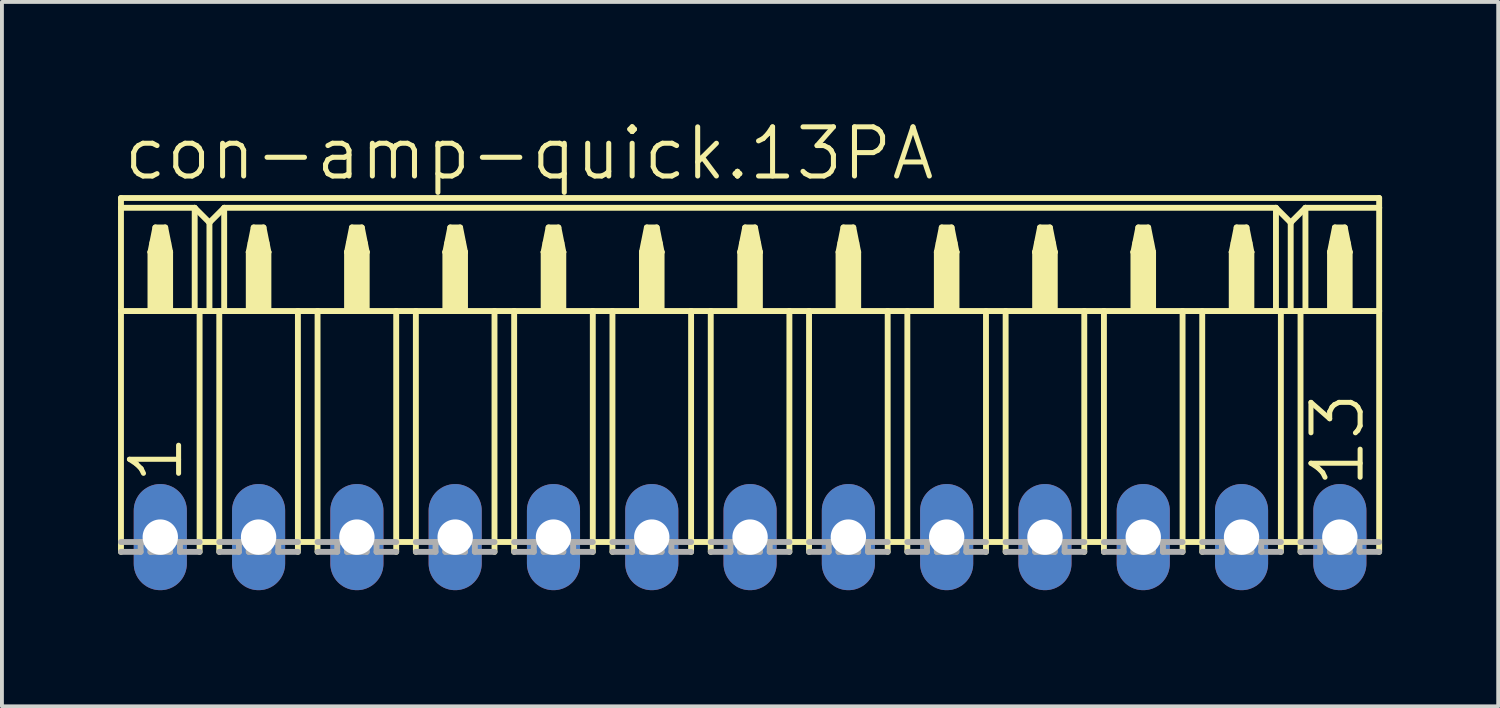
<source format=kicad_pcb>
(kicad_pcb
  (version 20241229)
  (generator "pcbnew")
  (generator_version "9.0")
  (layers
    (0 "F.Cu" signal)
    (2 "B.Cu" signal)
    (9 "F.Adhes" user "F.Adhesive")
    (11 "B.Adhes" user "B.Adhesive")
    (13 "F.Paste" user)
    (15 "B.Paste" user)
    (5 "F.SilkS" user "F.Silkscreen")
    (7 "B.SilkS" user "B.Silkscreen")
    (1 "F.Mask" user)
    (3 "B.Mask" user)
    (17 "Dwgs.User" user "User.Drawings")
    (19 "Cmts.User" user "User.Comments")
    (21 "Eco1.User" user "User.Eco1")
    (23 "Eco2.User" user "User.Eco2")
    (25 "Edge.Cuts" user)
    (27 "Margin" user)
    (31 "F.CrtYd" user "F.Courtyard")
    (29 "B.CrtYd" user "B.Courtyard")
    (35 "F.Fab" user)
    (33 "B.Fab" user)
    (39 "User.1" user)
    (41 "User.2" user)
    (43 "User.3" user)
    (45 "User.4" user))
  (footprint "con-amp-quick.13PA"
    (layer "F.Cu")
    (at 16.332 10.829)
    (property "Reference" "con-amp-quick.13PA" (at -16.256 -9.169 0) (layer "F.SilkS") (effects (font (size 1.27 1.27) (thickness 0.13)) (justify left bottom)))
    (attr through_hole)
    (fp_line (start -16.256 -8.763) (end -16.256 -8.509) (stroke (width 0.152) (type default)) (layer "F.SilkS"))
    (fp_line (start -16.256 -8.763) (end 16.256 -8.763) (stroke (width 0.152) (type default)) (layer "F.SilkS"))
    (fp_line (start -16.256 -8.509) (end -16.256 -5.842) (stroke (width 0.152) (type default)) (layer "F.SilkS"))
    (fp_line (start -16.256 -8.509) (end -14.351 -8.509) (stroke (width 0.152) (type default)) (layer "F.SilkS"))
    (fp_line (start -16.256 -5.842) (end -16.256 0.381) (stroke (width 0.152) (type default)) (layer "F.SilkS"))
    (fp_line (start -16.256 -5.842) (end -15.494 -5.842) (stroke (width 0.152) (type default)) (layer "F.SilkS"))
    (fp_line (start -15.494 -7.366) (end -15.494 -5.842) (stroke (width 0.152) (type default)) (layer "F.SilkS"))
    (fp_line (start -15.494 -7.366) (end -15.367 -8.001) (stroke (width 0.152) (type default)) (layer "F.SilkS"))
    (fp_line (start -15.494 -5.842) (end -14.986 -5.842) (stroke (width 0.152) (type default)) (layer "F.SilkS"))
    (fp_line (start -15.367 -8.001) (end -15.113 -8.001) (stroke (width 0.152) (type default)) (layer "F.SilkS"))
    (fp_line (start -15.113 -8.001) (end -14.986 -7.366) (stroke (width 0.152) (type default)) (layer "F.SilkS"))
    (fp_line (start -14.986 -7.366) (end -15.494 -7.366) (stroke (width 0.152) (type default)) (layer "F.SilkS"))
    (fp_line (start -14.986 -7.366) (end -14.986 -5.842) (stroke (width 0.152) (type default)) (layer "F.SilkS"))
    (fp_line (start -14.986 -5.842) (end -14.351 -5.842) (stroke (width 0.152) (type default)) (layer "F.SilkS"))
    (fp_line (start -14.351 -8.509) (end -14.351 -5.842) (stroke (width 0.152) (type default)) (layer "F.SilkS"))
    (fp_line (start -14.351 -8.509) (end -13.97 -8.128) (stroke (width 0.152) (type default)) (layer "F.SilkS"))
    (fp_line (start -14.351 -5.842) (end -14.224 -5.842) (stroke (width 0.152) (type default)) (layer "F.SilkS"))
    (fp_line (start -14.224 -5.842) (end -14.224 0.127) (stroke (width 0.152) (type default)) (layer "F.SilkS"))
    (fp_line (start -14.224 -5.842) (end -13.97 -5.842) (stroke (width 0.152) (type default)) (layer "F.SilkS"))
    (fp_line (start -14.224 0.127) (end -14.224 0.381) (stroke (width 0.152) (type default)) (layer "F.SilkS"))
    (fp_line (start -13.97 -8.128) (end -13.97 -5.842) (stroke (width 0.152) (type default)) (layer "F.SilkS"))
    (fp_line (start -13.97 -8.128) (end -13.589 -8.509) (stroke (width 0.152) (type default)) (layer "F.SilkS"))
    (fp_line (start -13.97 -5.842) (end -13.716 -5.842) (stroke (width 0.152) (type default)) (layer "F.SilkS"))
    (fp_line (start -13.716 -5.842) (end -13.716 0.127) (stroke (width 0.152) (type default)) (layer "F.SilkS"))
    (fp_line (start -13.716 -5.842) (end -13.589 -5.842) (stroke (width 0.152) (type default)) (layer "F.SilkS"))
    (fp_line (start -13.716 0.127) (end -14.224 0.127) (stroke (width 0.152) (type default)) (layer "F.SilkS"))
    (fp_line (start -13.716 0.127) (end -13.716 0.381) (stroke (width 0.152) (type default)) (layer "F.SilkS"))
    (fp_line (start -13.589 -8.509) (end -13.589 -5.842) (stroke (width 0.152) (type default)) (layer "F.SilkS"))
    (fp_line (start -13.589 -8.509) (end 13.589 -8.509) (stroke (width 0.152) (type default)) (layer "F.SilkS"))
    (fp_line (start -13.589 -5.842) (end -12.954 -5.842) (stroke (width 0.152) (type default)) (layer "F.SilkS"))
    (fp_line (start -12.954 -7.366) (end -12.954 -5.842) (stroke (width 0.152) (type default)) (layer "F.SilkS"))
    (fp_line (start -12.954 -7.366) (end -12.827 -8.001) (stroke (width 0.152) (type default)) (layer "F.SilkS"))
    (fp_line (start -12.954 -5.842) (end -12.446 -5.842) (stroke (width 0.152) (type default)) (layer "F.SilkS"))
    (fp_line (start -12.827 -8.001) (end -12.573 -8.001) (stroke (width 0.152) (type default)) (layer "F.SilkS"))
    (fp_line (start -12.573 -8.001) (end -12.446 -7.366) (stroke (width 0.152) (type default)) (layer "F.SilkS"))
    (fp_line (start -12.446 -7.366) (end -12.954 -7.366) (stroke (width 0.152) (type default)) (layer "F.SilkS"))
    (fp_line (start -12.446 -7.366) (end -12.446 -5.842) (stroke (width 0.152) (type default)) (layer "F.SilkS"))
    (fp_line (start -12.446 -5.842) (end -11.684 -5.842) (stroke (width 0.152) (type default)) (layer "F.SilkS"))
    (fp_line (start -11.684 -5.842) (end -11.684 0.127) (stroke (width 0.152) (type default)) (layer "F.SilkS"))
    (fp_line (start -11.684 -5.842) (end -11.176 -5.842) (stroke (width 0.152) (type default)) (layer "F.SilkS"))
    (fp_line (start -11.684 0.127) (end -11.684 0.381) (stroke (width 0.152) (type default)) (layer "F.SilkS"))
    (fp_line (start -11.176 -5.842) (end -11.176 0.127) (stroke (width 0.152) (type default)) (layer "F.SilkS"))
    (fp_line (start -11.176 -5.842) (end -10.414 -5.842) (stroke (width 0.152) (type default)) (layer "F.SilkS"))
    (fp_line (start -11.176 0.127) (end -11.684 0.127) (stroke (width 0.152) (type default)) (layer "F.SilkS"))
    (fp_line (start -11.176 0.127) (end -11.176 0.381) (stroke (width 0.152) (type default)) (layer "F.SilkS"))
    (fp_line (start -10.414 -7.366) (end -10.414 -5.842) (stroke (width 0.152) (type default)) (layer "F.SilkS"))
    (fp_line (start -10.414 -7.366) (end -10.287 -8.001) (stroke (width 0.152) (type default)) (layer "F.SilkS"))
    (fp_line (start -10.414 -5.842) (end -9.906 -5.842) (stroke (width 0.152) (type default)) (layer "F.SilkS"))
    (fp_line (start -10.287 -8.001) (end -10.033 -8.001) (stroke (width 0.152) (type default)) (layer "F.SilkS"))
    (fp_line (start -10.033 -8.001) (end -9.906 -7.366) (stroke (width 0.152) (type default)) (layer "F.SilkS"))
    (fp_line (start -9.906 -7.366) (end -10.414 -7.366) (stroke (width 0.152) (type default)) (layer "F.SilkS"))
    (fp_line (start -9.906 -7.366) (end -9.906 -5.842) (stroke (width 0.152) (type default)) (layer "F.SilkS"))
    (fp_line (start -9.906 -5.842) (end -9.144 -5.842) (stroke (width 0.152) (type default)) (layer "F.SilkS"))
    (fp_line (start -9.144 -5.842) (end -9.144 0.127) (stroke (width 0.152) (type default)) (layer "F.SilkS"))
    (fp_line (start -9.144 -5.842) (end -8.636 -5.842) (stroke (width 0.152) (type default)) (layer "F.SilkS"))
    (fp_line (start -9.144 0.127) (end -9.144 0.381) (stroke (width 0.152) (type default)) (layer "F.SilkS"))
    (fp_line (start -8.636 -5.842) (end -8.636 0.127) (stroke (width 0.152) (type default)) (layer "F.SilkS"))
    (fp_line (start -8.636 -5.842) (end -7.874 -5.842) (stroke (width 0.152) (type default)) (layer "F.SilkS"))
    (fp_line (start -8.636 0.127) (end -9.144 0.127) (stroke (width 0.152) (type default)) (layer "F.SilkS"))
    (fp_line (start -8.636 0.127) (end -8.636 0.381) (stroke (width 0.152) (type default)) (layer "F.SilkS"))
    (fp_line (start -7.874 -7.366) (end -7.874 -5.842) (stroke (width 0.152) (type default)) (layer "F.SilkS"))
    (fp_line (start -7.874 -7.366) (end -7.747 -8.001) (stroke (width 0.152) (type default)) (layer "F.SilkS"))
    (fp_line (start -7.874 -5.842) (end -7.366 -5.842) (stroke (width 0.152) (type default)) (layer "F.SilkS"))
    (fp_line (start -7.747 -8.001) (end -7.493 -8.001) (stroke (width 0.152) (type default)) (layer "F.SilkS"))
    (fp_line (start -7.493 -8.001) (end -7.366 -7.366) (stroke (width 0.152) (type default)) (layer "F.SilkS"))
    (fp_line (start -7.366 -7.366) (end -7.874 -7.366) (stroke (width 0.152) (type default)) (layer "F.SilkS"))
    (fp_line (start -7.366 -7.366) (end -7.366 -5.842) (stroke (width 0.152) (type default)) (layer "F.SilkS"))
    (fp_line (start -7.366 -5.842) (end -6.604 -5.842) (stroke (width 0.152) (type default)) (layer "F.SilkS"))
    (fp_line (start -6.604 -5.842) (end -6.604 0.127) (stroke (width 0.152) (type default)) (layer "F.SilkS"))
    (fp_line (start -6.604 -5.842) (end -6.096 -5.842) (stroke (width 0.152) (type default)) (layer "F.SilkS"))
    (fp_line (start -6.604 0.127) (end -6.604 0.381) (stroke (width 0.152) (type default)) (layer "F.SilkS"))
    (fp_line (start -6.096 -5.842) (end -6.096 0.127) (stroke (width 0.152) (type default)) (layer "F.SilkS"))
    (fp_line (start -6.096 -5.842) (end -5.334 -5.842) (stroke (width 0.152) (type default)) (layer "F.SilkS"))
    (fp_line (start -6.096 0.127) (end -6.604 0.127) (stroke (width 0.152) (type default)) (layer "F.SilkS"))
    (fp_line (start -6.096 0.127) (end -6.096 0.381) (stroke (width 0.152) (type default)) (layer "F.SilkS"))
    (fp_line (start -5.334 -7.366) (end -5.334 -5.842) (stroke (width 0.152) (type default)) (layer "F.SilkS"))
    (fp_line (start -5.334 -7.366) (end -5.207 -8.001) (stroke (width 0.152) (type default)) (layer "F.SilkS"))
    (fp_line (start -5.334 -5.842) (end -4.826 -5.842) (stroke (width 0.152) (type default)) (layer "F.SilkS"))
    (fp_line (start -5.207 -8.001) (end -4.953 -8.001) (stroke (width 0.152) (type default)) (layer "F.SilkS"))
    (fp_line (start -4.953 -8.001) (end -4.826 -7.366) (stroke (width 0.152) (type default)) (layer "F.SilkS"))
    (fp_line (start -4.826 -7.366) (end -5.334 -7.366) (stroke (width 0.152) (type default)) (layer "F.SilkS"))
    (fp_line (start -4.826 -7.366) (end -4.826 -5.842) (stroke (width 0.152) (type default)) (layer "F.SilkS"))
    (fp_line (start -4.826 -5.842) (end -4.064 -5.842) (stroke (width 0.152) (type default)) (layer "F.SilkS"))
    (fp_line (start -4.064 -5.842) (end -4.064 0.127) (stroke (width 0.152) (type default)) (layer "F.SilkS"))
    (fp_line (start -4.064 -5.842) (end -3.556 -5.842) (stroke (width 0.152) (type default)) (layer "F.SilkS"))
    (fp_line (start -4.064 0.127) (end -4.064 0.381) (stroke (width 0.152) (type default)) (layer "F.SilkS"))
    (fp_line (start -3.556 -5.842) (end -3.556 0.127) (stroke (width 0.152) (type default)) (layer "F.SilkS"))
    (fp_line (start -3.556 -5.842) (end -2.794 -5.842) (stroke (width 0.152) (type default)) (layer "F.SilkS"))
    (fp_line (start -3.556 0.127) (end -4.064 0.127) (stroke (width 0.152) (type default)) (layer "F.SilkS"))
    (fp_line (start -3.556 0.127) (end -3.556 0.381) (stroke (width 0.152) (type default)) (layer "F.SilkS"))
    (fp_line (start -2.794 -7.366) (end -2.794 -5.842) (stroke (width 0.152) (type default)) (layer "F.SilkS"))
    (fp_line (start -2.794 -7.366) (end -2.667 -8.001) (stroke (width 0.152) (type default)) (layer "F.SilkS"))
    (fp_line (start -2.794 -5.842) (end -2.286 -5.842) (stroke (width 0.152) (type default)) (layer "F.SilkS"))
    (fp_line (start -2.667 -8.001) (end -2.413 -8.001) (stroke (width 0.152) (type default)) (layer "F.SilkS"))
    (fp_line (start -2.413 -8.001) (end -2.286 -7.366) (stroke (width 0.152) (type default)) (layer "F.SilkS"))
    (fp_line (start -2.286 -7.366) (end -2.794 -7.366) (stroke (width 0.152) (type default)) (layer "F.SilkS"))
    (fp_line (start -2.286 -7.366) (end -2.286 -5.842) (stroke (width 0.152) (type default)) (layer "F.SilkS"))
    (fp_line (start -2.286 -5.842) (end -1.524 -5.842) (stroke (width 0.152) (type default)) (layer "F.SilkS"))
    (fp_line (start -1.524 -5.842) (end -1.524 0.127) (stroke (width 0.152) (type default)) (layer "F.SilkS"))
    (fp_line (start -1.524 -5.842) (end -1.016 -5.842) (stroke (width 0.152) (type default)) (layer "F.SilkS"))
    (fp_line (start -1.524 0.127) (end -1.524 0.381) (stroke (width 0.152) (type default)) (layer "F.SilkS"))
    (fp_line (start -1.016 -5.842) (end -1.016 0.127) (stroke (width 0.152) (type default)) (layer "F.SilkS"))
    (fp_line (start -1.016 -5.842) (end -0.254 -5.842) (stroke (width 0.152) (type default)) (layer "F.SilkS"))
    (fp_line (start -1.016 0.127) (end -1.524 0.127) (stroke (width 0.152) (type default)) (layer "F.SilkS"))
    (fp_line (start -1.016 0.127) (end -1.016 0.381) (stroke (width 0.152) (type default)) (layer "F.SilkS"))
    (fp_line (start -0.254 -7.366) (end -0.254 -5.842) (stroke (width 0.152) (type default)) (layer "F.SilkS"))
    (fp_line (start -0.254 -7.366) (end -0.127 -8.001) (stroke (width 0.152) (type default)) (layer "F.SilkS"))
    (fp_line (start -0.254 -5.842) (end 0.254 -5.842) (stroke (width 0.152) (type default)) (layer "F.SilkS"))
    (fp_line (start -0.127 -8.001) (end 0.127 -8.001) (stroke (width 0.152) (type default)) (layer "F.SilkS"))
    (fp_line (start 0.127 -8.001) (end 0.254 -7.366) (stroke (width 0.152) (type default)) (layer "F.SilkS"))
    (fp_line (start 0.254 -7.366) (end -0.254 -7.366) (stroke (width 0.152) (type default)) (layer "F.SilkS"))
    (fp_line (start 0.254 -7.366) (end 0.254 -5.842) (stroke (width 0.152) (type default)) (layer "F.SilkS"))
    (fp_line (start 0.254 -5.842) (end 1.016 -5.842) (stroke (width 0.152) (type default)) (layer "F.SilkS"))
    (fp_line (start 1.016 -5.842) (end 1.016 0.127) (stroke (width 0.152) (type default)) (layer "F.SilkS"))
    (fp_line (start 1.016 -5.842) (end 1.524 -5.842) (stroke (width 0.152) (type default)) (layer "F.SilkS"))
    (fp_line (start 1.016 0.127) (end 1.016 0.381) (stroke (width 0.152) (type default)) (layer "F.SilkS"))
    (fp_line (start 1.524 -5.842) (end 1.524 0.127) (stroke (width 0.152) (type default)) (layer "F.SilkS"))
    (fp_line (start 1.524 -5.842) (end 2.286 -5.842) (stroke (width 0.152) (type default)) (layer "F.SilkS"))
    (fp_line (start 1.524 0.127) (end 1.016 0.127) (stroke (width 0.152) (type default)) (layer "F.SilkS"))
    (fp_line (start 1.524 0.127) (end 1.524 0.381) (stroke (width 0.152) (type default)) (layer "F.SilkS"))
    (fp_line (start 2.286 -7.366) (end 2.286 -5.842) (stroke (width 0.152) (type default)) (layer "F.SilkS"))
    (fp_line (start 2.286 -7.366) (end 2.413 -8.001) (stroke (width 0.152) (type default)) (layer "F.SilkS"))
    (fp_line (start 2.286 -5.842) (end 2.794 -5.842) (stroke (width 0.152) (type default)) (layer "F.SilkS"))
    (fp_line (start 2.413 -8.001) (end 2.667 -8.001) (stroke (width 0.152) (type default)) (layer "F.SilkS"))
    (fp_line (start 2.667 -8.001) (end 2.794 -7.366) (stroke (width 0.152) (type default)) (layer "F.SilkS"))
    (fp_line (start 2.794 -7.366) (end 2.794 -5.842) (stroke (width 0.152) (type default)) (layer "F.SilkS"))
    (fp_line (start 2.794 -5.842) (end 3.556 -5.842) (stroke (width 0.152) (type default)) (layer "F.SilkS"))
    (fp_line (start 3.556 -5.842) (end 3.556 0.127) (stroke (width 0.152) (type default)) (layer "F.SilkS"))
    (fp_line (start 3.556 -5.842) (end 6.604 -5.842) (stroke (width 0.152) (type default)) (layer "F.SilkS"))
    (fp_line (start 3.556 0.127) (end 3.556 0.381) (stroke (width 0.152) (type default)) (layer "F.SilkS"))
    (fp_line (start 4.064 -5.842) (end 4.064 0.127) (stroke (width 0.152) (type default)) (layer "F.SilkS"))
    (fp_line (start 4.064 0.127) (end 3.556 0.127) (stroke (width 0.152) (type default)) (layer "F.SilkS"))
    (fp_line (start 4.064 0.127) (end 4.064 0.381) (stroke (width 0.152) (type default)) (layer "F.SilkS"))
    (fp_line (start 4.826 -7.366) (end 4.826 -5.842) (stroke (width 0.152) (type default)) (layer "F.SilkS"))
    (fp_line (start 4.826 -7.366) (end 4.953 -8.001) (stroke (width 0.152) (type default)) (layer "F.SilkS"))
    (fp_line (start 4.953 -8.001) (end 5.207 -8.001) (stroke (width 0.152) (type default)) (layer "F.SilkS"))
    (fp_line (start 5.207 -8.001) (end 5.334 -7.366) (stroke (width 0.152) (type default)) (layer "F.SilkS"))
    (fp_line (start 5.334 -7.366) (end 4.826 -7.366) (stroke (width 0.152) (type default)) (layer "F.SilkS"))
    (fp_line (start 5.334 -7.366) (end 5.334 -5.842) (stroke (width 0.152) (type default)) (layer "F.SilkS"))
    (fp_line (start 6.096 -5.842) (end 6.096 0.127) (stroke (width 0.152) (type default)) (layer "F.SilkS"))
    (fp_line (start 6.096 0.127) (end 6.096 0.381) (stroke (width 0.152) (type default)) (layer "F.SilkS"))
    (fp_line (start 6.604 -5.842) (end 6.604 0.127) (stroke (width 0.152) (type default)) (layer "F.SilkS"))
    (fp_line (start 6.604 -5.842) (end 7.366 -5.842) (stroke (width 0.152) (type default)) (layer "F.SilkS"))
    (fp_line (start 6.604 0.127) (end 6.096 0.127) (stroke (width 0.152) (type default)) (layer "F.SilkS"))
    (fp_line (start 6.604 0.127) (end 6.604 0.381) (stroke (width 0.152) (type default)) (layer "F.SilkS"))
    (fp_line (start 7.366 -7.366) (end 7.366 -5.842) (stroke (width 0.152) (type default)) (layer "F.SilkS"))
    (fp_line (start 7.366 -7.366) (end 7.493 -8.001) (stroke (width 0.152) (type default)) (layer "F.SilkS"))
    (fp_line (start 7.366 -5.842) (end 7.874 -5.842) (stroke (width 0.152) (type default)) (layer "F.SilkS"))
    (fp_line (start 7.493 -8.001) (end 7.747 -8.001) (stroke (width 0.152) (type default)) (layer "F.SilkS"))
    (fp_line (start 7.747 -8.001) (end 7.874 -7.366) (stroke (width 0.152) (type default)) (layer "F.SilkS"))
    (fp_line (start 7.874 -7.366) (end 7.366 -7.366) (stroke (width 0.152) (type default)) (layer "F.SilkS"))
    (fp_line (start 7.874 -7.366) (end 7.874 -5.842) (stroke (width 0.152) (type default)) (layer "F.SilkS"))
    (fp_line (start 7.874 -5.842) (end 8.636 -5.842) (stroke (width 0.152) (type default)) (layer "F.SilkS"))
    (fp_line (start 8.636 -5.842) (end 8.636 0.127) (stroke (width 0.152) (type default)) (layer "F.SilkS"))
    (fp_line (start 8.636 -5.842) (end 9.144 -5.842) (stroke (width 0.152) (type default)) (layer "F.SilkS"))
    (fp_line (start 8.636 0.127) (end 8.636 0.381) (stroke (width 0.152) (type default)) (layer "F.SilkS"))
    (fp_line (start 9.144 -5.842) (end 9.144 0.127) (stroke (width 0.152) (type default)) (layer "F.SilkS"))
    (fp_line (start 9.144 -5.842) (end 9.906 -5.842) (stroke (width 0.152) (type default)) (layer "F.SilkS"))
    (fp_line (start 9.144 0.127) (end 8.636 0.127) (stroke (width 0.152) (type default)) (layer "F.SilkS"))
    (fp_line (start 9.144 0.127) (end 9.144 0.381) (stroke (width 0.152) (type default)) (layer "F.SilkS"))
    (fp_line (start 9.906 -7.366) (end 9.906 -5.842) (stroke (width 0.152) (type default)) (layer "F.SilkS"))
    (fp_line (start 9.906 -7.366) (end 10.033 -8.001) (stroke (width 0.152) (type default)) (layer "F.SilkS"))
    (fp_line (start 9.906 -5.842) (end 10.414 -5.842) (stroke (width 0.152) (type default)) (layer "F.SilkS"))
    (fp_line (start 10.033 -8.001) (end 10.287 -8.001) (stroke (width 0.152) (type default)) (layer "F.SilkS"))
    (fp_line (start 10.287 -8.001) (end 10.414 -7.366) (stroke (width 0.152) (type default)) (layer "F.SilkS"))
    (fp_line (start 10.414 -7.366) (end 9.906 -7.366) (stroke (width 0.152) (type default)) (layer "F.SilkS"))
    (fp_line (start 10.414 -7.366) (end 10.414 -5.842) (stroke (width 0.152) (type default)) (layer "F.SilkS"))
    (fp_line (start 10.414 -5.842) (end 11.176 -5.842) (stroke (width 0.152) (type default)) (layer "F.SilkS"))
    (fp_line (start 11.176 -5.842) (end 11.176 0.127) (stroke (width 0.152) (type default)) (layer "F.SilkS"))
    (fp_line (start 11.176 -5.842) (end 13.589 -5.842) (stroke (width 0.152) (type default)) (layer "F.SilkS"))
    (fp_line (start 11.176 0.127) (end 11.176 0.381) (stroke (width 0.152) (type default)) (layer "F.SilkS"))
    (fp_line (start 11.684 -5.842) (end 11.684 0.127) (stroke (width 0.152) (type default)) (layer "F.SilkS"))
    (fp_line (start 11.684 0.127) (end 11.176 0.127) (stroke (width 0.152) (type default)) (layer "F.SilkS"))
    (fp_line (start 11.684 0.127) (end 11.684 0.381) (stroke (width 0.152) (type default)) (layer "F.SilkS"))
    (fp_line (start 12.446 -7.366) (end 12.446 -5.842) (stroke (width 0.152) (type default)) (layer "F.SilkS"))
    (fp_line (start 12.446 -7.366) (end 12.573 -8.001) (stroke (width 0.152) (type default)) (layer "F.SilkS"))
    (fp_line (start 12.573 -8.001) (end 12.827 -8.001) (stroke (width 0.152) (type default)) (layer "F.SilkS"))
    (fp_line (start 12.827 -8.001) (end 12.954 -7.366) (stroke (width 0.152) (type default)) (layer "F.SilkS"))
    (fp_line (start 12.954 -7.366) (end 12.446 -7.366) (stroke (width 0.152) (type default)) (layer "F.SilkS"))
    (fp_line (start 12.954 -7.366) (end 12.954 -5.842) (stroke (width 0.152) (type default)) (layer "F.SilkS"))
    (fp_line (start 13.589 -8.509) (end 13.589 -5.842) (stroke (width 0.152) (type default)) (layer "F.SilkS"))
    (fp_line (start 13.589 -8.509) (end 13.97 -8.128) (stroke (width 0.152) (type default)) (layer "F.SilkS"))
    (fp_line (start 13.589 -5.842) (end 13.716 -5.842) (stroke (width 0.152) (type default)) (layer "F.SilkS"))
    (fp_line (start 13.716 -5.842) (end 13.716 0.127) (stroke (width 0.152) (type default)) (layer "F.SilkS"))
    (fp_line (start 13.716 -5.842) (end 13.97 -5.842) (stroke (width 0.152) (type default)) (layer "F.SilkS"))
    (fp_line (start 13.716 0.127) (end 13.716 0.381) (stroke (width 0.152) (type default)) (layer "F.SilkS"))
    (fp_line (start 13.97 -8.128) (end 13.97 -5.842) (stroke (width 0.152) (type default)) (layer "F.SilkS"))
    (fp_line (start 13.97 -8.128) (end 14.351 -8.509) (stroke (width 0.152) (type default)) (layer "F.SilkS"))
    (fp_line (start 13.97 -5.842) (end 14.224 -5.842) (stroke (width 0.152) (type default)) (layer "F.SilkS"))
    (fp_line (start 14.224 -5.842) (end 14.224 0.127) (stroke (width 0.152) (type default)) (layer "F.SilkS"))
    (fp_line (start 14.224 -5.842) (end 14.351 -5.842) (stroke (width 0.152) (type default)) (layer "F.SilkS"))
    (fp_line (start 14.224 0.127) (end 13.716 0.127) (stroke (width 0.152) (type default)) (layer "F.SilkS"))
    (fp_line (start 14.224 0.127) (end 14.224 0.381) (stroke (width 0.152) (type default)) (layer "F.SilkS"))
    (fp_line (start 14.351 -8.509) (end 14.351 -5.842) (stroke (width 0.152) (type default)) (layer "F.SilkS"))
    (fp_line (start 14.351 -8.509) (end 16.256 -8.509) (stroke (width 0.152) (type default)) (layer "F.SilkS"))
    (fp_line (start 14.351 -5.842) (end 14.986 -5.842) (stroke (width 0.152) (type default)) (layer "F.SilkS"))
    (fp_line (start 14.986 -7.366) (end 14.986 -5.842) (stroke (width 0.152) (type default)) (layer "F.SilkS"))
    (fp_line (start 14.986 -7.366) (end 15.113 -8.001) (stroke (width 0.152) (type default)) (layer "F.SilkS"))
    (fp_line (start 14.986 -5.842) (end 15.494 -5.842) (stroke (width 0.152) (type default)) (layer "F.SilkS"))
    (fp_line (start 15.113 -8.001) (end 15.367 -8.001) (stroke (width 0.152) (type default)) (layer "F.SilkS"))
    (fp_line (start 15.367 -8.001) (end 15.494 -7.366) (stroke (width 0.152) (type default)) (layer "F.SilkS"))
    (fp_line (start 15.494 -7.366) (end 14.986 -7.366) (stroke (width 0.152) (type default)) (layer "F.SilkS"))
    (fp_line (start 15.494 -7.366) (end 15.494 -5.842) (stroke (width 0.152) (type default)) (layer "F.SilkS"))
    (fp_line (start 15.494 -5.842) (end 16.256 -5.842) (stroke (width 0.152) (type default)) (layer "F.SilkS"))
    (fp_line (start 16.256 -8.509) (end 16.256 -8.763) (stroke (width 0.152) (type default)) (layer "F.SilkS"))
    (fp_line (start 16.256 -5.842) (end 16.256 -8.509) (stroke (width 0.152) (type default)) (layer "F.SilkS"))
    (fp_line (start 16.256 -5.842) (end 16.256 0.381) (stroke (width 0.152) (type default)) (layer "F.SilkS"))
    (fp_rect (start -15.494 -7.366) (end -15.367 -7.62) (stroke (width 0.05) (type default)) (fill yes) (layer "F.SilkS"))
    (fp_rect (start -15.494 -5.842) (end -14.986 -7.366) (stroke (width 0.05) (type default)) (fill yes) (layer "F.SilkS"))
    (fp_rect (start -15.367 -7.366) (end -15.113 -8.001) (stroke (width 0.05) (type default)) (fill yes) (layer "F.SilkS"))
    (fp_rect (start -15.113 -7.366) (end -14.986 -7.62) (stroke (width 0.05) (type default)) (fill yes) (layer "F.SilkS"))
    (fp_rect (start -12.954 -7.366) (end -12.827 -7.62) (stroke (width 0.05) (type default)) (fill yes) (layer "F.SilkS"))
    (fp_rect (start -12.954 -5.842) (end -12.446 -7.366) (stroke (width 0.05) (type default)) (fill yes) (layer "F.SilkS"))
    (fp_rect (start -12.827 -7.366) (end -12.573 -8.001) (stroke (width 0.05) (type default)) (fill yes) (layer "F.SilkS"))
    (fp_rect (start -12.573 -7.366) (end -12.446 -7.62) (stroke (width 0.05) (type default)) (fill yes) (layer "F.SilkS"))
    (fp_rect (start -10.414 -7.366) (end -10.287 -7.62) (stroke (width 0.05) (type default)) (fill yes) (layer "F.SilkS"))
    (fp_rect (start -10.414 -5.842) (end -9.906 -7.366) (stroke (width 0.05) (type default)) (fill yes) (layer "F.SilkS"))
    (fp_rect (start -10.287 -7.366) (end -10.033 -8.001) (stroke (width 0.05) (type default)) (fill yes) (layer "F.SilkS"))
    (fp_rect (start -10.033 -7.366) (end -9.906 -7.62) (stroke (width 0.05) (type default)) (fill yes) (layer "F.SilkS"))
    (fp_rect (start -7.874 -7.366) (end -7.747 -7.62) (stroke (width 0.05) (type default)) (fill yes) (layer "F.SilkS"))
    (fp_rect (start -7.874 -5.842) (end -7.366 -7.366) (stroke (width 0.05) (type default)) (fill yes) (layer "F.SilkS"))
    (fp_rect (start -7.747 -7.366) (end -7.493 -8.001) (stroke (width 0.05) (type default)) (fill yes) (layer "F.SilkS"))
    (fp_rect (start -7.493 -7.366) (end -7.366 -7.62) (stroke (width 0.05) (type default)) (fill yes) (layer "F.SilkS"))
    (fp_rect (start -5.334 -7.366) (end -5.207 -7.62) (stroke (width 0.05) (type default)) (fill yes) (layer "F.SilkS"))
    (fp_rect (start -5.334 -5.842) (end -4.826 -7.366) (stroke (width 0.05) (type default)) (fill yes) (layer "F.SilkS"))
    (fp_rect (start -5.207 -7.366) (end -4.953 -8.001) (stroke (width 0.05) (type default)) (fill yes) (layer "F.SilkS"))
    (fp_rect (start -4.953 -7.366) (end -4.826 -7.62) (stroke (width 0.05) (type default)) (fill yes) (layer "F.SilkS"))
    (fp_rect (start -2.794 -7.366) (end -2.667 -7.62) (stroke (width 0.05) (type default)) (fill yes) (layer "F.SilkS"))
    (fp_rect (start -2.794 -5.842) (end -2.286 -7.366) (stroke (width 0.05) (type default)) (fill yes) (layer "F.SilkS"))
    (fp_rect (start -2.667 -7.366) (end -2.413 -8.001) (stroke (width 0.05) (type default)) (fill yes) (layer "F.SilkS"))
    (fp_rect (start -2.413 -7.366) (end -2.286 -7.62) (stroke (width 0.05) (type default)) (fill yes) (layer "F.SilkS"))
    (fp_rect (start -0.254 -7.366) (end -0.127 -7.62) (stroke (width 0.05) (type default)) (fill yes) (layer "F.SilkS"))
    (fp_rect (start -0.254 -5.842) (end 0.254 -7.366) (stroke (width 0.05) (type default)) (fill yes) (layer "F.SilkS"))
    (fp_rect (start -0.127 -7.366) (end 0.127 -8.001) (stroke (width 0.05) (type default)) (fill yes) (layer "F.SilkS"))
    (fp_rect (start 0.127 -7.366) (end 0.254 -7.62) (stroke (width 0.05) (type default)) (fill yes) (layer "F.SilkS"))
    (fp_rect (start 2.286 -7.366) (end 2.413 -7.62) (stroke (width 0.05) (type default)) (fill yes) (layer "F.SilkS"))
    (fp_rect (start 2.286 -5.842) (end 2.794 -7.366) (stroke (width 0.05) (type default)) (fill yes) (layer "F.SilkS"))
    (fp_rect (start 2.413 -7.366) (end 2.667 -8.001) (stroke (width 0.05) (type default)) (fill yes) (layer "F.SilkS"))
    (fp_rect (start 2.667 -7.366) (end 2.794 -7.62) (stroke (width 0.05) (type default)) (fill yes) (layer "F.SilkS"))
    (fp_rect (start 4.826 -7.366) (end 4.953 -7.62) (stroke (width 0.05) (type default)) (fill yes) (layer "F.SilkS"))
    (fp_rect (start 4.826 -5.842) (end 5.334 -7.366) (stroke (width 0.05) (type default)) (fill yes) (layer "F.SilkS"))
    (fp_rect (start 4.953 -7.366) (end 5.207 -8.001) (stroke (width 0.05) (type default)) (fill yes) (layer "F.SilkS"))
    (fp_rect (start 5.207 -7.366) (end 5.334 -7.62) (stroke (width 0.05) (type default)) (fill yes) (layer "F.SilkS"))
    (fp_rect (start 7.366 -7.366) (end 7.493 -7.62) (stroke (width 0.05) (type default)) (fill yes) (layer "F.SilkS"))
    (fp_rect (start 7.366 -5.842) (end 7.874 -7.366) (stroke (width 0.05) (type default)) (fill yes) (layer "F.SilkS"))
    (fp_rect (start 7.493 -7.366) (end 7.747 -8.001) (stroke (width 0.05) (type default)) (fill yes) (layer "F.SilkS"))
    (fp_rect (start 7.747 -7.366) (end 7.874 -7.62) (stroke (width 0.05) (type default)) (fill yes) (layer "F.SilkS"))
    (fp_rect (start 9.906 -7.366) (end 10.033 -7.62) (stroke (width 0.05) (type default)) (fill yes) (layer "F.SilkS"))
    (fp_rect (start 9.906 -5.842) (end 10.414 -7.366) (stroke (width 0.05) (type default)) (fill yes) (layer "F.SilkS"))
    (fp_rect (start 10.033 -7.366) (end 10.287 -8.001) (stroke (width 0.05) (type default)) (fill yes) (layer "F.SilkS"))
    (fp_rect (start 10.287 -7.366) (end 10.414 -7.62) (stroke (width 0.05) (type default)) (fill yes) (layer "F.SilkS"))
    (fp_rect (start 12.446 -7.366) (end 12.573 -7.62) (stroke (width 0.05) (type default)) (fill yes) (layer "F.SilkS"))
    (fp_rect (start 12.446 -5.842) (end 12.954 -7.366) (stroke (width 0.05) (type default)) (fill yes) (layer "F.SilkS"))
    (fp_rect (start 12.573 -7.366) (end 12.827 -8.001) (stroke (width 0.05) (type default)) (fill yes) (layer "F.SilkS"))
    (fp_rect (start 12.827 -7.366) (end 12.954 -7.62) (stroke (width 0.05) (type default)) (fill yes) (layer "F.SilkS"))
    (fp_rect (start 14.986 -7.366) (end 15.113 -7.62) (stroke (width 0.05) (type default)) (fill yes) (layer "F.SilkS"))
    (fp_rect (start 14.986 -5.842) (end 15.494 -7.366) (stroke (width 0.05) (type default)) (fill yes) (layer "F.SilkS"))
    (fp_rect (start 15.113 -7.366) (end 15.367 -8.001) (stroke (width 0.05) (type default)) (fill yes) (layer "F.SilkS"))
    (fp_rect (start 15.367 -7.366) (end 15.494 -7.62) (stroke (width 0.05) (type default)) (fill yes) (layer "F.SilkS"))
    (fp_line (start -16.256 0.127) (end -15.748 0.127) (stroke (width 0.152) (type default)) (layer "F.Fab"))
    (fp_line (start -15.748 0.381) (end -16.256 0.381) (stroke (width 0.152) (type default)) (layer "F.Fab"))
    (fp_line (start -15.748 0.381) (end -15.748 0.127) (stroke (width 0.152) (type default)) (layer "F.Fab"))
    (fp_line (start -15.494 0.127) (end -15.748 0.127) (stroke (width 0.152) (type default)) (layer "F.Fab"))
    (fp_line (start -15.494 0.381) (end -15.494 0.127) (stroke (width 0.152) (type default)) (layer "F.Fab"))
    (fp_line (start -14.986 0.381) (end -15.494 0.381) (stroke (width 0.152) (type default)) (layer "F.Fab"))
    (fp_line (start -14.986 0.381) (end -14.986 0.127) (stroke (width 0.152) (type default)) (layer "F.Fab"))
    (fp_line (start -14.732 0.127) (end -14.986 0.127) (stroke (width 0.152) (type default)) (layer "F.Fab"))
    (fp_line (start -14.732 0.381) (end -14.732 0.127) (stroke (width 0.152) (type default)) (layer "F.Fab"))
    (fp_line (start -14.224 0.127) (end -14.732 0.127) (stroke (width 0.152) (type default)) (layer "F.Fab"))
    (fp_line (start -14.224 0.381) (end -14.732 0.381) (stroke (width 0.152) (type default)) (layer "F.Fab"))
    (fp_line (start -13.716 0.127) (end -13.208 0.127) (stroke (width 0.152) (type default)) (layer "F.Fab"))
    (fp_line (start -13.208 0.381) (end -13.716 0.381) (stroke (width 0.152) (type default)) (layer "F.Fab"))
    (fp_line (start -13.208 0.381) (end -13.208 0.127) (stroke (width 0.152) (type default)) (layer "F.Fab"))
    (fp_line (start -12.954 0.127) (end -13.208 0.127) (stroke (width 0.152) (type default)) (layer "F.Fab"))
    (fp_line (start -12.954 0.381) (end -12.954 0.127) (stroke (width 0.152) (type default)) (layer "F.Fab"))
    (fp_line (start -12.446 0.381) (end -12.954 0.381) (stroke (width 0.152) (type default)) (layer "F.Fab"))
    (fp_line (start -12.446 0.381) (end -12.446 0.127) (stroke (width 0.152) (type default)) (layer "F.Fab"))
    (fp_line (start -12.192 0.127) (end -12.446 0.127) (stroke (width 0.152) (type default)) (layer "F.Fab"))
    (fp_line (start -12.192 0.381) (end -12.192 0.127) (stroke (width 0.152) (type default)) (layer "F.Fab"))
    (fp_line (start -11.684 0.127) (end -12.192 0.127) (stroke (width 0.152) (type default)) (layer "F.Fab"))
    (fp_line (start -11.684 0.381) (end -12.192 0.381) (stroke (width 0.152) (type default)) (layer "F.Fab"))
    (fp_line (start -11.176 0.127) (end -10.668 0.127) (stroke (width 0.152) (type default)) (layer "F.Fab"))
    (fp_line (start -10.668 0.381) (end -11.176 0.381) (stroke (width 0.152) (type default)) (layer "F.Fab"))
    (fp_line (start -10.668 0.381) (end -10.668 0.127) (stroke (width 0.152) (type default)) (layer "F.Fab"))
    (fp_line (start -10.414 0.127) (end -10.668 0.127) (stroke (width 0.152) (type default)) (layer "F.Fab"))
    (fp_line (start -10.414 0.381) (end -10.414 0.127) (stroke (width 0.152) (type default)) (layer "F.Fab"))
    (fp_line (start -9.906 0.381) (end -10.414 0.381) (stroke (width 0.152) (type default)) (layer "F.Fab"))
    (fp_line (start -9.906 0.381) (end -9.906 0.127) (stroke (width 0.152) (type default)) (layer "F.Fab"))
    (fp_line (start -9.652 0.127) (end -9.906 0.127) (stroke (width 0.152) (type default)) (layer "F.Fab"))
    (fp_line (start -9.652 0.381) (end -9.652 0.127) (stroke (width 0.152) (type default)) (layer "F.Fab"))
    (fp_line (start -9.144 0.127) (end -9.652 0.127) (stroke (width 0.152) (type default)) (layer "F.Fab"))
    (fp_line (start -9.144 0.381) (end -9.652 0.381) (stroke (width 0.152) (type default)) (layer "F.Fab"))
    (fp_line (start -8.636 0.127) (end -8.128 0.127) (stroke (width 0.152) (type default)) (layer "F.Fab"))
    (fp_line (start -8.128 0.381) (end -8.636 0.381) (stroke (width 0.152) (type default)) (layer "F.Fab"))
    (fp_line (start -8.128 0.381) (end -8.128 0.127) (stroke (width 0.152) (type default)) (layer "F.Fab"))
    (fp_line (start -7.874 0.127) (end -8.128 0.127) (stroke (width 0.152) (type default)) (layer "F.Fab"))
    (fp_line (start -7.874 0.381) (end -7.874 0.127) (stroke (width 0.152) (type default)) (layer "F.Fab"))
    (fp_line (start -7.366 0.381) (end -7.874 0.381) (stroke (width 0.152) (type default)) (layer "F.Fab"))
    (fp_line (start -7.366 0.381) (end -7.366 0.127) (stroke (width 0.152) (type default)) (layer "F.Fab"))
    (fp_line (start -7.112 0.127) (end -7.366 0.127) (stroke (width 0.152) (type default)) (layer "F.Fab"))
    (fp_line (start -7.112 0.381) (end -7.112 0.127) (stroke (width 0.152) (type default)) (layer "F.Fab"))
    (fp_line (start -6.604 0.127) (end -7.112 0.127) (stroke (width 0.152) (type default)) (layer "F.Fab"))
    (fp_line (start -6.604 0.381) (end -7.112 0.381) (stroke (width 0.152) (type default)) (layer "F.Fab"))
    (fp_line (start -6.096 0.127) (end -5.588 0.127) (stroke (width 0.152) (type default)) (layer "F.Fab"))
    (fp_line (start -5.588 0.381) (end -6.096 0.381) (stroke (width 0.152) (type default)) (layer "F.Fab"))
    (fp_line (start -5.588 0.381) (end -5.588 0.127) (stroke (width 0.152) (type default)) (layer "F.Fab"))
    (fp_line (start -5.334 0.127) (end -5.588 0.127) (stroke (width 0.152) (type default)) (layer "F.Fab"))
    (fp_line (start -5.334 0.381) (end -5.334 0.127) (stroke (width 0.152) (type default)) (layer "F.Fab"))
    (fp_line (start -4.826 0.381) (end -5.334 0.381) (stroke (width 0.152) (type default)) (layer "F.Fab"))
    (fp_line (start -4.826 0.381) (end -4.826 0.127) (stroke (width 0.152) (type default)) (layer "F.Fab"))
    (fp_line (start -4.572 0.127) (end -4.826 0.127) (stroke (width 0.152) (type default)) (layer "F.Fab"))
    (fp_line (start -4.572 0.381) (end -4.572 0.127) (stroke (width 0.152) (type default)) (layer "F.Fab"))
    (fp_line (start -4.064 0.127) (end -4.572 0.127) (stroke (width 0.152) (type default)) (layer "F.Fab"))
    (fp_line (start -4.064 0.381) (end -4.572 0.381) (stroke (width 0.152) (type default)) (layer "F.Fab"))
    (fp_line (start -3.556 0.127) (end -3.048 0.127) (stroke (width 0.152) (type default)) (layer "F.Fab"))
    (fp_line (start -3.048 0.381) (end -3.556 0.381) (stroke (width 0.152) (type default)) (layer "F.Fab"))
    (fp_line (start -3.048 0.381) (end -3.048 0.127) (stroke (width 0.152) (type default)) (layer "F.Fab"))
    (fp_line (start -2.794 0.127) (end -3.048 0.127) (stroke (width 0.152) (type default)) (layer "F.Fab"))
    (fp_line (start -2.794 0.381) (end -2.794 0.127) (stroke (width 0.152) (type default)) (layer "F.Fab"))
    (fp_line (start -2.286 0.381) (end -2.794 0.381) (stroke (width 0.152) (type default)) (layer "F.Fab"))
    (fp_line (start -2.286 0.381) (end -2.286 0.127) (stroke (width 0.152) (type default)) (layer "F.Fab"))
    (fp_line (start -2.032 0.127) (end -2.286 0.127) (stroke (width 0.152) (type default)) (layer "F.Fab"))
    (fp_line (start -2.032 0.381) (end -2.032 0.127) (stroke (width 0.152) (type default)) (layer "F.Fab"))
    (fp_line (start -1.524 0.127) (end -2.032 0.127) (stroke (width 0.152) (type default)) (layer "F.Fab"))
    (fp_line (start -1.524 0.381) (end -2.032 0.381) (stroke (width 0.152) (type default)) (layer "F.Fab"))
    (fp_line (start -1.016 0.127) (end -0.508 0.127) (stroke (width 0.152) (type default)) (layer "F.Fab"))
    (fp_line (start -0.508 0.381) (end -1.016 0.381) (stroke (width 0.152) (type default)) (layer "F.Fab"))
    (fp_line (start -0.508 0.381) (end -0.508 0.127) (stroke (width 0.152) (type default)) (layer "F.Fab"))
    (fp_line (start -0.254 0.127) (end -0.508 0.127) (stroke (width 0.152) (type default)) (layer "F.Fab"))
    (fp_line (start -0.254 0.381) (end -0.254 0.127) (stroke (width 0.152) (type default)) (layer "F.Fab"))
    (fp_line (start 0.254 0.381) (end -0.254 0.381) (stroke (width 0.152) (type default)) (layer "F.Fab"))
    (fp_line (start 0.254 0.381) (end 0.254 0.127) (stroke (width 0.152) (type default)) (layer "F.Fab"))
    (fp_line (start 0.508 0.127) (end 0.254 0.127) (stroke (width 0.152) (type default)) (layer "F.Fab"))
    (fp_line (start 0.508 0.381) (end 0.508 0.127) (stroke (width 0.152) (type default)) (layer "F.Fab"))
    (fp_line (start 1.016 0.127) (end 0.508 0.127) (stroke (width 0.152) (type default)) (layer "F.Fab"))
    (fp_line (start 1.016 0.381) (end 0.508 0.381) (stroke (width 0.152) (type default)) (layer "F.Fab"))
    (fp_line (start 1.524 0.127) (end 2.032 0.127) (stroke (width 0.152) (type default)) (layer "F.Fab"))
    (fp_line (start 2.032 0.381) (end 1.524 0.381) (stroke (width 0.152) (type default)) (layer "F.Fab"))
    (fp_line (start 2.032 0.381) (end 2.032 0.127) (stroke (width 0.152) (type default)) (layer "F.Fab"))
    (fp_line (start 2.286 0.127) (end 2.032 0.127) (stroke (width 0.152) (type default)) (layer "F.Fab"))
    (fp_line (start 2.286 0.381) (end 2.286 0.127) (stroke (width 0.152) (type default)) (layer "F.Fab"))
    (fp_line (start 2.794 0.381) (end 2.286 0.381) (stroke (width 0.152) (type default)) (layer "F.Fab"))
    (fp_line (start 2.794 0.381) (end 2.794 0.127) (stroke (width 0.152) (type default)) (layer "F.Fab"))
    (fp_line (start 3.048 0.127) (end 2.794 0.127) (stroke (width 0.152) (type default)) (layer "F.Fab"))
    (fp_line (start 3.048 0.381) (end 3.048 0.127) (stroke (width 0.152) (type default)) (layer "F.Fab"))
    (fp_line (start 3.556 0.127) (end 3.048 0.127) (stroke (width 0.152) (type default)) (layer "F.Fab"))
    (fp_line (start 3.556 0.381) (end 3.048 0.381) (stroke (width 0.152) (type default)) (layer "F.Fab"))
    (fp_line (start 4.064 0.127) (end 4.572 0.127) (stroke (width 0.152) (type default)) (layer "F.Fab"))
    (fp_line (start 4.572 0.381) (end 4.064 0.381) (stroke (width 0.152) (type default)) (layer "F.Fab"))
    (fp_line (start 4.572 0.381) (end 4.572 0.127) (stroke (width 0.152) (type default)) (layer "F.Fab"))
    (fp_line (start 4.826 0.127) (end 4.572 0.127) (stroke (width 0.152) (type default)) (layer "F.Fab"))
    (fp_line (start 4.826 0.381) (end 4.826 0.127) (stroke (width 0.152) (type default)) (layer "F.Fab"))
    (fp_line (start 5.334 0.381) (end 4.826 0.381) (stroke (width 0.152) (type default)) (layer "F.Fab"))
    (fp_line (start 5.334 0.381) (end 5.334 0.127) (stroke (width 0.152) (type default)) (layer "F.Fab"))
    (fp_line (start 5.588 0.127) (end 5.334 0.127) (stroke (width 0.152) (type default)) (layer "F.Fab"))
    (fp_line (start 5.588 0.381) (end 5.588 0.127) (stroke (width 0.152) (type default)) (layer "F.Fab"))
    (fp_line (start 6.096 0.127) (end 5.588 0.127) (stroke (width 0.152) (type default)) (layer "F.Fab"))
    (fp_line (start 6.096 0.381) (end 5.588 0.381) (stroke (width 0.152) (type default)) (layer "F.Fab"))
    (fp_line (start 6.604 0.127) (end 7.112 0.127) (stroke (width 0.152) (type default)) (layer "F.Fab"))
    (fp_line (start 7.112 0.381) (end 6.604 0.381) (stroke (width 0.152) (type default)) (layer "F.Fab"))
    (fp_line (start 7.112 0.381) (end 7.112 0.127) (stroke (width 0.152) (type default)) (layer "F.Fab"))
    (fp_line (start 7.366 0.127) (end 7.112 0.127) (stroke (width 0.152) (type default)) (layer "F.Fab"))
    (fp_line (start 7.366 0.381) (end 7.366 0.127) (stroke (width 0.152) (type default)) (layer "F.Fab"))
    (fp_line (start 7.874 0.381) (end 7.366 0.381) (stroke (width 0.152) (type default)) (layer "F.Fab"))
    (fp_line (start 7.874 0.381) (end 7.874 0.127) (stroke (width 0.152) (type default)) (layer "F.Fab"))
    (fp_line (start 8.128 0.127) (end 7.874 0.127) (stroke (width 0.152) (type default)) (layer "F.Fab"))
    (fp_line (start 8.128 0.381) (end 8.128 0.127) (stroke (width 0.152) (type default)) (layer "F.Fab"))
    (fp_line (start 8.636 0.127) (end 8.128 0.127) (stroke (width 0.152) (type default)) (layer "F.Fab"))
    (fp_line (start 8.636 0.381) (end 8.128 0.381) (stroke (width 0.152) (type default)) (layer "F.Fab"))
    (fp_line (start 9.144 0.127) (end 9.652 0.127) (stroke (width 0.152) (type default)) (layer "F.Fab"))
    (fp_line (start 9.652 0.381) (end 9.144 0.381) (stroke (width 0.152) (type default)) (layer "F.Fab"))
    (fp_line (start 9.652 0.381) (end 9.652 0.127) (stroke (width 0.152) (type default)) (layer "F.Fab"))
    (fp_line (start 9.906 0.127) (end 9.652 0.127) (stroke (width 0.152) (type default)) (layer "F.Fab"))
    (fp_line (start 9.906 0.381) (end 9.906 0.127) (stroke (width 0.152) (type default)) (layer "F.Fab"))
    (fp_line (start 10.414 0.381) (end 9.906 0.381) (stroke (width 0.152) (type default)) (layer "F.Fab"))
    (fp_line (start 10.414 0.381) (end 10.414 0.127) (stroke (width 0.152) (type default)) (layer "F.Fab"))
    (fp_line (start 10.668 0.127) (end 10.414 0.127) (stroke (width 0.152) (type default)) (layer "F.Fab"))
    (fp_line (start 10.668 0.381) (end 10.668 0.127) (stroke (width 0.152) (type default)) (layer "F.Fab"))
    (fp_line (start 11.176 0.127) (end 10.668 0.127) (stroke (width 0.152) (type default)) (layer "F.Fab"))
    (fp_line (start 11.176 0.381) (end 10.668 0.381) (stroke (width 0.152) (type default)) (layer "F.Fab"))
    (fp_line (start 11.684 0.127) (end 12.192 0.127) (stroke (width 0.152) (type default)) (layer "F.Fab"))
    (fp_line (start 12.192 0.381) (end 11.684 0.381) (stroke (width 0.152) (type default)) (layer "F.Fab"))
    (fp_line (start 12.192 0.381) (end 12.192 0.127) (stroke (width 0.152) (type default)) (layer "F.Fab"))
    (fp_line (start 12.446 0.127) (end 12.192 0.127) (stroke (width 0.152) (type default)) (layer "F.Fab"))
    (fp_line (start 12.446 0.381) (end 12.446 0.127) (stroke (width 0.152) (type default)) (layer "F.Fab"))
    (fp_line (start 12.954 0.381) (end 12.446 0.381) (stroke (width 0.152) (type default)) (layer "F.Fab"))
    (fp_line (start 12.954 0.381) (end 12.954 0.127) (stroke (width 0.152) (type default)) (layer "F.Fab"))
    (fp_line (start 13.208 0.127) (end 12.954 0.127) (stroke (width 0.152) (type default)) (layer "F.Fab"))
    (fp_line (start 13.208 0.381) (end 13.208 0.127) (stroke (width 0.152) (type default)) (layer "F.Fab"))
    (fp_line (start 13.716 0.127) (end 13.208 0.127) (stroke (width 0.152) (type default)) (layer "F.Fab"))
    (fp_line (start 13.716 0.381) (end 13.208 0.381) (stroke (width 0.152) (type default)) (layer "F.Fab"))
    (fp_line (start 14.224 0.127) (end 14.732 0.127) (stroke (width 0.152) (type default)) (layer "F.Fab"))
    (fp_line (start 14.732 0.381) (end 14.224 0.381) (stroke (width 0.152) (type default)) (layer "F.Fab"))
    (fp_line (start 14.732 0.381) (end 14.732 0.127) (stroke (width 0.152) (type default)) (layer "F.Fab"))
    (fp_line (start 14.986 0.127) (end 14.732 0.127) (stroke (width 0.152) (type default)) (layer "F.Fab"))
    (fp_line (start 14.986 0.381) (end 14.986 0.127) (stroke (width 0.152) (type default)) (layer "F.Fab"))
    (fp_line (start 15.494 0.381) (end 14.986 0.381) (stroke (width 0.152) (type default)) (layer "F.Fab"))
    (fp_line (start 15.494 0.381) (end 15.494 0.127) (stroke (width 0.152) (type default)) (layer "F.Fab"))
    (fp_line (start 15.748 0.127) (end 15.494 0.127) (stroke (width 0.152) (type default)) (layer "F.Fab"))
    (fp_line (start 15.748 0.381) (end 15.748 0.127) (stroke (width 0.152) (type default)) (layer "F.Fab"))
    (fp_line (start 16.256 0.127) (end 15.748 0.127) (stroke (width 0.152) (type default)) (layer "F.Fab"))
    (fp_line (start 16.256 0.381) (end 15.748 0.381) (stroke (width 0.152) (type default)) (layer "F.Fab"))
    (fp_text user "13" (at 15.926 -1.219 90) (layer "F.SilkS") (effects (font (size 1.27 1.27) (thickness 0.13)) (justify left bottom)))
    (fp_text user "1" (at -14.605 -1.321 90) (layer "F.SilkS") (effects (font (size 1.27 1.27) (thickness 0.13)) (justify left bottom)))
    (pad "1" thru_hole oval (at -15.24 0 90) (size 2.743 1.372) (drill 0.914) (layers "*.Cu" "*.Mask"))
    (pad "2" thru_hole oval (at -12.7 0 90) (size 2.743 1.372) (drill 0.914) (layers "*.Cu" "*.Mask"))
    (pad "3" thru_hole oval (at -10.16 0 90) (size 2.743 1.372) (drill 0.914) (layers "*.Cu" "*.Mask"))
    (pad "4" thru_hole oval (at -7.62 0 90) (size 2.743 1.372) (drill 0.914) (layers "*.Cu" "*.Mask"))
    (pad "5" thru_hole oval (at -5.08 0 90) (size 2.743 1.372) (drill 0.914) (layers "*.Cu" "*.Mask"))
    (pad "6" thru_hole oval (at -2.54 0 90) (size 2.743 1.372) (drill 0.914) (layers "*.Cu" "*.Mask"))
    (pad "7" thru_hole oval (at 0 0 90) (size 2.743 1.372) (drill 0.914) (layers "*.Cu" "*.Mask"))
    (pad "8" thru_hole oval (at 2.54 0 90) (size 2.743 1.372) (drill 0.914) (layers "*.Cu" "*.Mask"))
    (pad "9" thru_hole oval (at 5.08 0 90) (size 2.743 1.372) (drill 0.914) (layers "*.Cu" "*.Mask"))
    (pad "10" thru_hole oval (at 7.62 0 90) (size 2.743 1.372) (drill 0.914) (layers "*.Cu" "*.Mask"))
    (pad "11" thru_hole oval (at 10.16 0 90) (size 2.743 1.372) (drill 0.914) (layers "*.Cu" "*.Mask"))
    (pad "12" thru_hole oval (at 12.7 0 90) (size 2.743 1.372) (drill 0.914) (layers "*.Cu" "*.Mask"))
    (pad "13" thru_hole oval (at 15.24 0 90) (size 2.743 1.372) (drill 0.914) (layers "*.Cu" "*.Mask")))
  (gr_rect
    (start -3 -3)
    (end 35.664 15.201)
    (stroke (width 0.1) (type default))
    (fill no)
    (layer "Edge.Cuts")))
</source>
